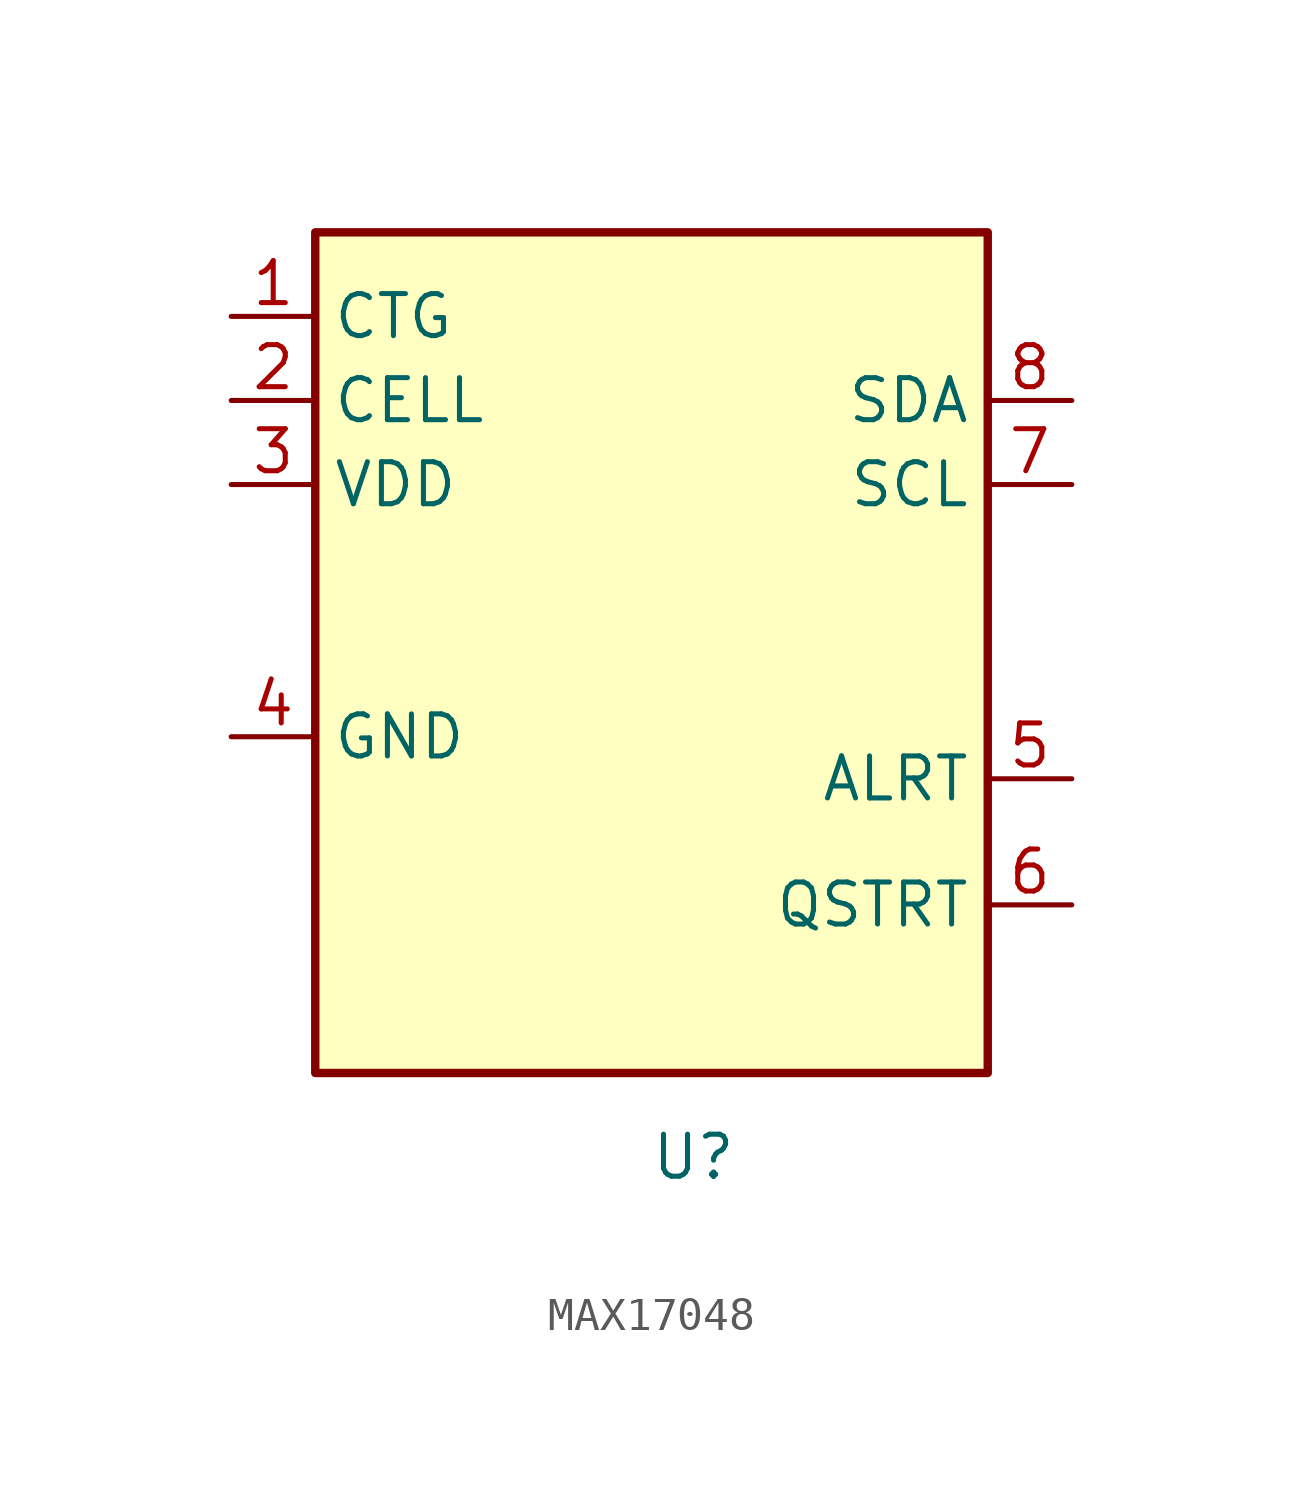
<source format=kicad_sym>
(kicad_symbol_lib
  (version 20241209)
  (generator "kicad_symbol_editor")
  (generator_version "9.0")
  (symbol "MAX17048"
    (property "Reference" "U"
      (at 0 0 0)
      (effects (font (size 1.27 1.27))))
    (property "Value" ""
      (at 0 0 0)
      (effects (font (size 1.27 1.27))))
    (symbol "MAX17048_0_1"
      (rectangle (start -11.43 27.94) (end 8.89 2.54) (stroke (width 0.254) (type default)) (fill (type background))))
    (symbol "MAX17048_1_1"
      (pin passive line (at -13.97 25.4 0) (length 2.54) (name "CTG" (effects (font (size 1.27 1.27)))) (number "1" (effects (font (size 1.27 1.27)))))
      (pin passive line (at -13.97 22.86 0) (length 2.54) (name "CELL" (effects (font (size 1.27 1.27)))) (number "2" (effects (font (size 1.27 1.27)))))
      (pin power_in line (at -13.97 20.32 0) (length 2.54) (name "VDD" (effects (font (size 1.27 1.27)))) (number "3" (effects (font (size 1.27 1.27)))))
      (pin power_in line (at -13.97 12.7 0) (length 2.54) (name "GND" (effects (font (size 1.27 1.27)))) (number "4" (effects (font (size 1.27 1.27)))))
      (pin bidirectional line (at 11.43 22.86 180) (length 2.54) (name "SDA" (effects (font (size 1.27 1.27)))) (number "8" (effects (font (size 1.27 1.27)))))
      (pin input line (at 11.43 20.32 180) (length 2.54) (name "SCL" (effects (font (size 1.27 1.27)))) (number "7" (effects (font (size 1.27 1.27)))))
      (pin open_collector line (at 11.43 11.43 180) (length 2.54) (name "ALRT" (effects (font (size 1.27 1.27)))) (number "5" (effects (font (size 1.27 1.27)))))
      (pin input line (at 11.43 7.62 180) (length 2.54) (name "QSTRT" (effects (font (size 1.27 1.27)))) (number "6" (effects (font (size 1.27 1.27))))))))
</source>
